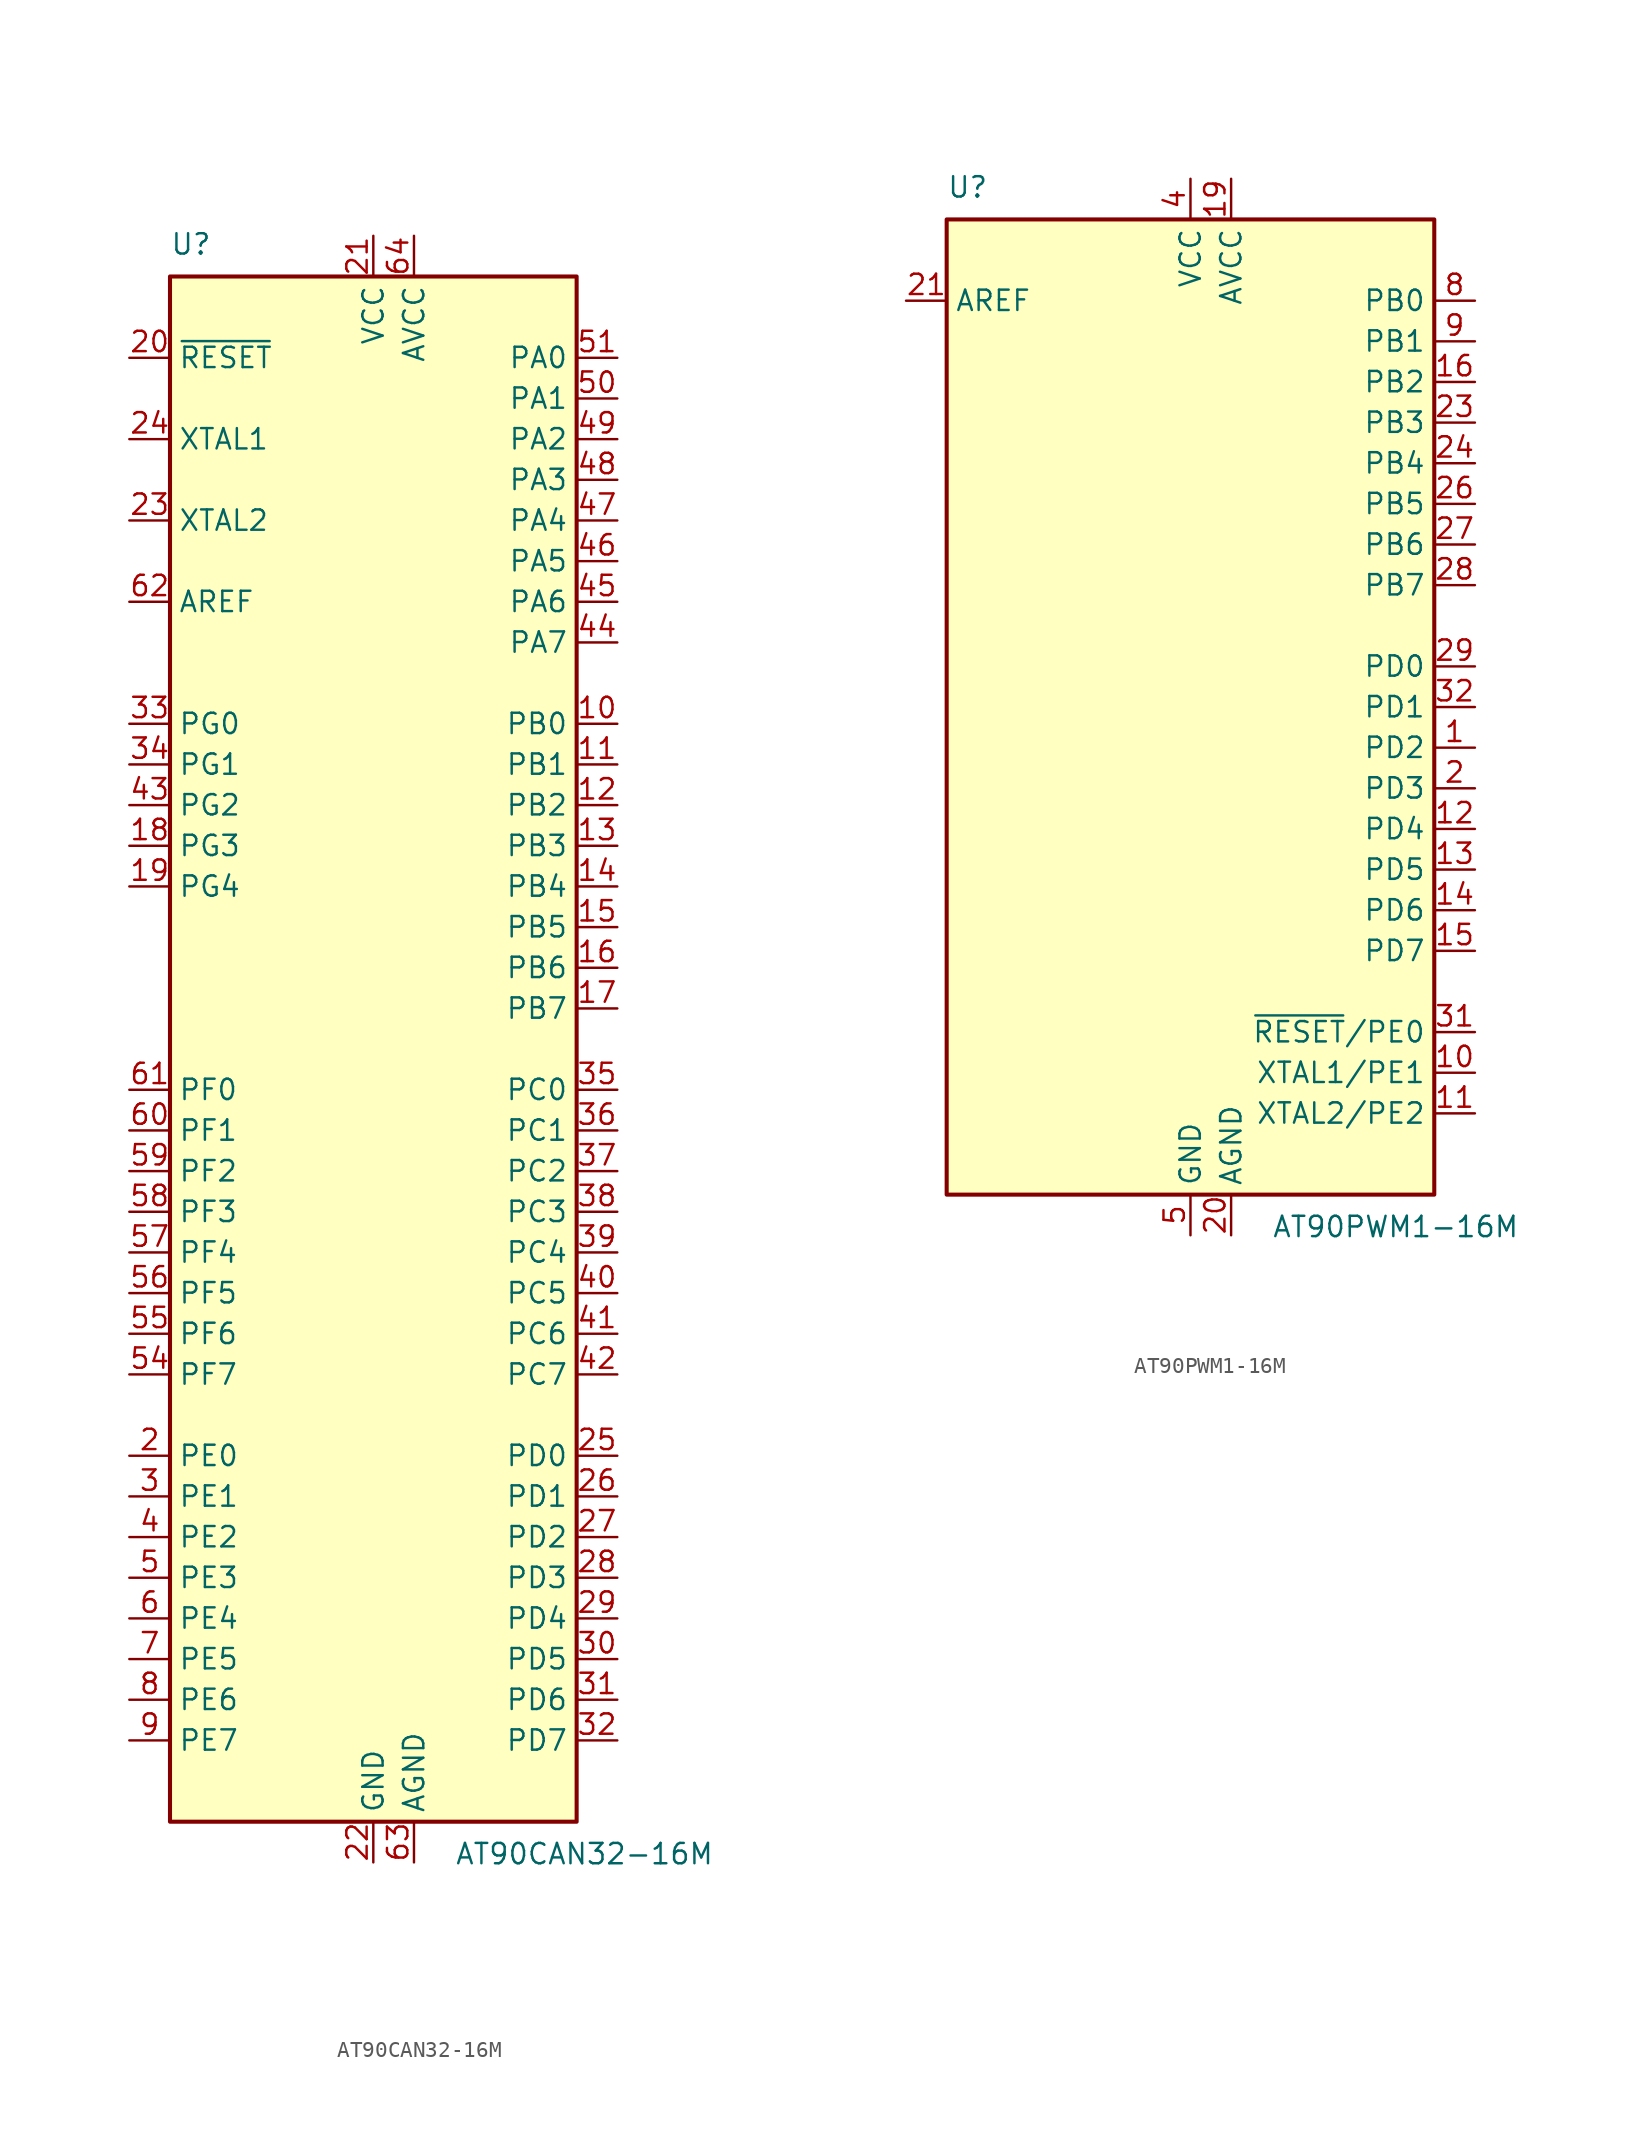
<source format=kicad_sym>
(kicad_symbol_lib
  (version 20231120)
  (generator "kicad_symbol_editor")
  (generator_version "8.0")
  (symbol "AT90CAN32-16M"
    (property "Reference" "U"
      (at -12.7 49.53 0)
      (effects (font (size 1.27 1.27)) (justify left bottom)))
    (property "Value" "AT90CAN32-16M"
      (at 5.08 -49.53 0)
      (effects (font (size 1.27 1.27)) (justify left top)))
    (symbol "AT90CAN32-16M_0_1"
      (rectangle (start -12.7 -48.26) (end 12.7 48.26) (stroke (width 0.254) (type default)) (fill (type background))))
    (symbol "AT90CAN32-16M_1_1"
      (pin no_connect line (at -12.7 -45.72 0) (length 2.54) hide (name "NC" (effects (font (size 1.27 1.27)))) (number "1" (effects (font (size 1.27 1.27)))))
      (pin bidirectional line (at 15.24 20.32 180) (length 2.54) (name "PB0" (effects (font (size 1.27 1.27)))) (number "10" (effects (font (size 1.27 1.27)))))
      (pin bidirectional line (at 15.24 17.78 180) (length 2.54) (name "PB1" (effects (font (size 1.27 1.27)))) (number "11" (effects (font (size 1.27 1.27)))))
      (pin bidirectional line (at 15.24 15.24 180) (length 2.54) (name "PB2" (effects (font (size 1.27 1.27)))) (number "12" (effects (font (size 1.27 1.27)))))
      (pin bidirectional line (at 15.24 12.7 180) (length 2.54) (name "PB3" (effects (font (size 1.27 1.27)))) (number "13" (effects (font (size 1.27 1.27)))))
      (pin bidirectional line (at 15.24 10.16 180) (length 2.54) (name "PB4" (effects (font (size 1.27 1.27)))) (number "14" (effects (font (size 1.27 1.27)))))
      (pin bidirectional line (at 15.24 7.62 180) (length 2.54) (name "PB5" (effects (font (size 1.27 1.27)))) (number "15" (effects (font (size 1.27 1.27)))))
      (pin bidirectional line (at 15.24 5.08 180) (length 2.54) (name "PB6" (effects (font (size 1.27 1.27)))) (number "16" (effects (font (size 1.27 1.27)))))
      (pin bidirectional line (at 15.24 2.54 180) (length 2.54) (name "PB7" (effects (font (size 1.27 1.27)))) (number "17" (effects (font (size 1.27 1.27)))))
      (pin bidirectional line (at -15.24 12.7 0) (length 2.54) (name "PG3" (effects (font (size 1.27 1.27)))) (number "18" (effects (font (size 1.27 1.27)))))
      (pin bidirectional line (at -15.24 10.16 0) (length 2.54) (name "PG4" (effects (font (size 1.27 1.27)))) (number "19" (effects (font (size 1.27 1.27)))))
      (pin bidirectional line (at -15.24 -25.4 0) (length 2.54) (name "PE0" (effects (font (size 1.27 1.27)))) (number "2" (effects (font (size 1.27 1.27)))))
      (pin input line (at -15.24 43.18 0) (length 2.54) (name "~{RESET}" (effects (font (size 1.27 1.27)))) (number "20" (effects (font (size 1.27 1.27)))))
      (pin power_in line (at 0 50.8 270) (length 2.54) (name "VCC" (effects (font (size 1.27 1.27)))) (number "21" (effects (font (size 1.27 1.27)))))
      (pin power_in line (at 0 -50.8 90) (length 2.54) (name "GND" (effects (font (size 1.27 1.27)))) (number "22" (effects (font (size 1.27 1.27)))))
      (pin output line (at -15.24 33.02 0) (length 2.54) (name "XTAL2" (effects (font (size 1.27 1.27)))) (number "23" (effects (font (size 1.27 1.27)))))
      (pin input line (at -15.24 38.1 0) (length 2.54) (name "XTAL1" (effects (font (size 1.27 1.27)))) (number "24" (effects (font (size 1.27 1.27)))))
      (pin bidirectional line (at 15.24 -25.4 180) (length 2.54) (name "PD0" (effects (font (size 1.27 1.27)))) (number "25" (effects (font (size 1.27 1.27)))))
      (pin bidirectional line (at 15.24 -27.94 180) (length 2.54) (name "PD1" (effects (font (size 1.27 1.27)))) (number "26" (effects (font (size 1.27 1.27)))))
      (pin bidirectional line (at 15.24 -30.48 180) (length 2.54) (name "PD2" (effects (font (size 1.27 1.27)))) (number "27" (effects (font (size 1.27 1.27)))))
      (pin bidirectional line (at 15.24 -33.02 180) (length 2.54) (name "PD3" (effects (font (size 1.27 1.27)))) (number "28" (effects (font (size 1.27 1.27)))))
      (pin bidirectional line (at 15.24 -35.56 180) (length 2.54) (name "PD4" (effects (font (size 1.27 1.27)))) (number "29" (effects (font (size 1.27 1.27)))))
      (pin bidirectional line (at -15.24 -27.94 0) (length 2.54) (name "PE1" (effects (font (size 1.27 1.27)))) (number "3" (effects (font (size 1.27 1.27)))))
      (pin bidirectional line (at 15.24 -38.1 180) (length 2.54) (name "PD5" (effects (font (size 1.27 1.27)))) (number "30" (effects (font (size 1.27 1.27)))))
      (pin bidirectional line (at 15.24 -40.64 180) (length 2.54) (name "PD6" (effects (font (size 1.27 1.27)))) (number "31" (effects (font (size 1.27 1.27)))))
      (pin bidirectional line (at 15.24 -43.18 180) (length 2.54) (name "PD7" (effects (font (size 1.27 1.27)))) (number "32" (effects (font (size 1.27 1.27)))))
      (pin bidirectional line (at -15.24 20.32 0) (length 2.54) (name "PG0" (effects (font (size 1.27 1.27)))) (number "33" (effects (font (size 1.27 1.27)))))
      (pin bidirectional line (at -15.24 17.78 0) (length 2.54) (name "PG1" (effects (font (size 1.27 1.27)))) (number "34" (effects (font (size 1.27 1.27)))))
      (pin bidirectional line (at 15.24 -2.54 180) (length 2.54) (name "PC0" (effects (font (size 1.27 1.27)))) (number "35" (effects (font (size 1.27 1.27)))))
      (pin bidirectional line (at 15.24 -5.08 180) (length 2.54) (name "PC1" (effects (font (size 1.27 1.27)))) (number "36" (effects (font (size 1.27 1.27)))))
      (pin bidirectional line (at 15.24 -7.62 180) (length 2.54) (name "PC2" (effects (font (size 1.27 1.27)))) (number "37" (effects (font (size 1.27 1.27)))))
      (pin bidirectional line (at 15.24 -10.16 180) (length 2.54) (name "PC3" (effects (font (size 1.27 1.27)))) (number "38" (effects (font (size 1.27 1.27)))))
      (pin bidirectional line (at 15.24 -12.7 180) (length 2.54) (name "PC4" (effects (font (size 1.27 1.27)))) (number "39" (effects (font (size 1.27 1.27)))))
      (pin bidirectional line (at -15.24 -30.48 0) (length 2.54) (name "PE2" (effects (font (size 1.27 1.27)))) (number "4" (effects (font (size 1.27 1.27)))))
      (pin bidirectional line (at 15.24 -15.24 180) (length 2.54) (name "PC5" (effects (font (size 1.27 1.27)))) (number "40" (effects (font (size 1.27 1.27)))))
      (pin bidirectional line (at 15.24 -17.78 180) (length 2.54) (name "PC6" (effects (font (size 1.27 1.27)))) (number "41" (effects (font (size 1.27 1.27)))))
      (pin bidirectional line (at 15.24 -20.32 180) (length 2.54) (name "PC7" (effects (font (size 1.27 1.27)))) (number "42" (effects (font (size 1.27 1.27)))))
      (pin bidirectional line (at -15.24 15.24 0) (length 2.54) (name "PG2" (effects (font (size 1.27 1.27)))) (number "43" (effects (font (size 1.27 1.27)))))
      (pin bidirectional line (at 15.24 25.4 180) (length 2.54) (name "PA7" (effects (font (size 1.27 1.27)))) (number "44" (effects (font (size 1.27 1.27)))))
      (pin bidirectional line (at 15.24 27.94 180) (length 2.54) (name "PA6" (effects (font (size 1.27 1.27)))) (number "45" (effects (font (size 1.27 1.27)))))
      (pin bidirectional line (at 15.24 30.48 180) (length 2.54) (name "PA5" (effects (font (size 1.27 1.27)))) (number "46" (effects (font (size 1.27 1.27)))))
      (pin bidirectional line (at 15.24 33.02 180) (length 2.54) (name "PA4" (effects (font (size 1.27 1.27)))) (number "47" (effects (font (size 1.27 1.27)))))
      (pin bidirectional line (at 15.24 35.56 180) (length 2.54) (name "PA3" (effects (font (size 1.27 1.27)))) (number "48" (effects (font (size 1.27 1.27)))))
      (pin bidirectional line (at 15.24 38.1 180) (length 2.54) (name "PA2" (effects (font (size 1.27 1.27)))) (number "49" (effects (font (size 1.27 1.27)))))
      (pin bidirectional line (at -15.24 -33.02 0) (length 2.54) (name "PE3" (effects (font (size 1.27 1.27)))) (number "5" (effects (font (size 1.27 1.27)))))
      (pin bidirectional line (at 15.24 40.64 180) (length 2.54) (name "PA1" (effects (font (size 1.27 1.27)))) (number "50" (effects (font (size 1.27 1.27)))))
      (pin bidirectional line (at 15.24 43.18 180) (length 2.54) (name "PA0" (effects (font (size 1.27 1.27)))) (number "51" (effects (font (size 1.27 1.27)))))
      (pin passive line (at 0 50.8 270) (length 2.54) hide (name "VCC" (effects (font (size 1.27 1.27)))) (number "52" (effects (font (size 1.27 1.27)))))
      (pin passive line (at 0 -50.8 90) (length 2.54) hide (name "GND" (effects (font (size 1.27 1.27)))) (number "53" (effects (font (size 1.27 1.27)))))
      (pin bidirectional line (at -15.24 -20.32 0) (length 2.54) (name "PF7" (effects (font (size 1.27 1.27)))) (number "54" (effects (font (size 1.27 1.27)))))
      (pin bidirectional line (at -15.24 -17.78 0) (length 2.54) (name "PF6" (effects (font (size 1.27 1.27)))) (number "55" (effects (font (size 1.27 1.27)))))
      (pin bidirectional line (at -15.24 -15.24 0) (length 2.54) (name "PF5" (effects (font (size 1.27 1.27)))) (number "56" (effects (font (size 1.27 1.27)))))
      (pin bidirectional line (at -15.24 -12.7 0) (length 2.54) (name "PF4" (effects (font (size 1.27 1.27)))) (number "57" (effects (font (size 1.27 1.27)))))
      (pin bidirectional line (at -15.24 -10.16 0) (length 2.54) (name "PF3" (effects (font (size 1.27 1.27)))) (number "58" (effects (font (size 1.27 1.27)))))
      (pin bidirectional line (at -15.24 -7.62 0) (length 2.54) (name "PF2" (effects (font (size 1.27 1.27)))) (number "59" (effects (font (size 1.27 1.27)))))
      (pin bidirectional line (at -15.24 -35.56 0) (length 2.54) (name "PE4" (effects (font (size 1.27 1.27)))) (number "6" (effects (font (size 1.27 1.27)))))
      (pin bidirectional line (at -15.24 -5.08 0) (length 2.54) (name "PF1" (effects (font (size 1.27 1.27)))) (number "60" (effects (font (size 1.27 1.27)))))
      (pin bidirectional line (at -15.24 -2.54 0) (length 2.54) (name "PF0" (effects (font (size 1.27 1.27)))) (number "61" (effects (font (size 1.27 1.27)))))
      (pin passive line (at -15.24 27.94 0) (length 2.54) (name "AREF" (effects (font (size 1.27 1.27)))) (number "62" (effects (font (size 1.27 1.27)))))
      (pin power_in line (at 2.54 -50.8 90) (length 2.54) (name "AGND" (effects (font (size 1.27 1.27)))) (number "63" (effects (font (size 1.27 1.27)))))
      (pin power_in line (at 2.54 50.8 270) (length 2.54) (name "AVCC" (effects (font (size 1.27 1.27)))) (number "64" (effects (font (size 1.27 1.27)))))
      (pin passive line (at 0 -50.8 90) (length 2.54) hide (name "GND" (effects (font (size 1.27 1.27)))) (number "65" (effects (font (size 1.27 1.27)))))
      (pin bidirectional line (at -15.24 -38.1 0) (length 2.54) (name "PE5" (effects (font (size 1.27 1.27)))) (number "7" (effects (font (size 1.27 1.27)))))
      (pin bidirectional line (at -15.24 -40.64 0) (length 2.54) (name "PE6" (effects (font (size 1.27 1.27)))) (number "8" (effects (font (size 1.27 1.27)))))
      (pin bidirectional line (at -15.24 -43.18 0) (length 2.54) (name "PE7" (effects (font (size 1.27 1.27)))) (number "9" (effects (font (size 1.27 1.27)))))))
  (symbol "AT90PWM1-16M"
    (property "Reference" "U"
      (at -15.24 31.75 0)
      (effects (font (size 1.27 1.27)) (justify left bottom)))
    (property "Value" "AT90PWM1-16M"
      (at 5.08 -31.75 0)
      (effects (font (size 1.27 1.27)) (justify left top)))
    (symbol "AT90PWM1-16M_0_1"
      (rectangle (start -15.24 -30.48) (end 15.24 30.48) (stroke (width 0.254) (type default)) (fill (type background))))
    (symbol "AT90PWM1-16M_1_1"
      (pin bidirectional line (at 17.78 -2.54 180) (length 2.54) (name "PD2" (effects (font (size 1.27 1.27)))) (number "1" (effects (font (size 1.27 1.27)))))
      (pin bidirectional line (at 17.78 -22.86 180) (length 2.54) (name "XTAL1/PE1" (effects (font (size 1.27 1.27)))) (number "10" (effects (font (size 1.27 1.27)))))
      (pin bidirectional line (at 17.78 -25.4 180) (length 2.54) (name "XTAL2/PE2" (effects (font (size 1.27 1.27)))) (number "11" (effects (font (size 1.27 1.27)))))
      (pin bidirectional line (at 17.78 -7.62 180) (length 2.54) (name "PD4" (effects (font (size 1.27 1.27)))) (number "12" (effects (font (size 1.27 1.27)))))
      (pin bidirectional line (at 17.78 -10.16 180) (length 2.54) (name "PD5" (effects (font (size 1.27 1.27)))) (number "13" (effects (font (size 1.27 1.27)))))
      (pin bidirectional line (at 17.78 -12.7 180) (length 2.54) (name "PD6" (effects (font (size 1.27 1.27)))) (number "14" (effects (font (size 1.27 1.27)))))
      (pin bidirectional line (at 17.78 -15.24 180) (length 2.54) (name "PD7" (effects (font (size 1.27 1.27)))) (number "15" (effects (font (size 1.27 1.27)))))
      (pin bidirectional line (at 17.78 20.32 180) (length 2.54) (name "PB2" (effects (font (size 1.27 1.27)))) (number "16" (effects (font (size 1.27 1.27)))))
      (pin no_connect line (at -15.24 -17.78 0) (length 2.54) hide (name "NC" (effects (font (size 1.27 1.27)))) (number "17" (effects (font (size 1.27 1.27)))))
      (pin no_connect line (at -15.24 -20.32 0) (length 2.54) hide (name "NC" (effects (font (size 1.27 1.27)))) (number "18" (effects (font (size 1.27 1.27)))))
      (pin power_in line (at 2.54 33.02 270) (length 2.54) (name "AVCC" (effects (font (size 1.27 1.27)))) (number "19" (effects (font (size 1.27 1.27)))))
      (pin bidirectional line (at 17.78 -5.08 180) (length 2.54) (name "PD3" (effects (font (size 1.27 1.27)))) (number "2" (effects (font (size 1.27 1.27)))))
      (pin power_in line (at 2.54 -33.02 90) (length 2.54) (name "AGND" (effects (font (size 1.27 1.27)))) (number "20" (effects (font (size 1.27 1.27)))))
      (pin passive line (at -17.78 25.4 0) (length 2.54) (name "AREF" (effects (font (size 1.27 1.27)))) (number "21" (effects (font (size 1.27 1.27)))))
      (pin no_connect line (at -15.24 -22.86 0) (length 2.54) hide (name "NC" (effects (font (size 1.27 1.27)))) (number "22" (effects (font (size 1.27 1.27)))))
      (pin bidirectional line (at 17.78 17.78 180) (length 2.54) (name "PB3" (effects (font (size 1.27 1.27)))) (number "23" (effects (font (size 1.27 1.27)))))
      (pin bidirectional line (at 17.78 15.24 180) (length 2.54) (name "PB4" (effects (font (size 1.27 1.27)))) (number "24" (effects (font (size 1.27 1.27)))))
      (pin no_connect line (at -15.24 -25.4 0) (length 2.54) hide (name "NC" (effects (font (size 1.27 1.27)))) (number "25" (effects (font (size 1.27 1.27)))))
      (pin bidirectional line (at 17.78 12.7 180) (length 2.54) (name "PB5" (effects (font (size 1.27 1.27)))) (number "26" (effects (font (size 1.27 1.27)))))
      (pin bidirectional line (at 17.78 10.16 180) (length 2.54) (name "PB6" (effects (font (size 1.27 1.27)))) (number "27" (effects (font (size 1.27 1.27)))))
      (pin bidirectional line (at 17.78 7.62 180) (length 2.54) (name "PB7" (effects (font (size 1.27 1.27)))) (number "28" (effects (font (size 1.27 1.27)))))
      (pin bidirectional line (at 17.78 2.54 180) (length 2.54) (name "PD0" (effects (font (size 1.27 1.27)))) (number "29" (effects (font (size 1.27 1.27)))))
      (pin no_connect line (at -15.24 -10.16 0) (length 2.54) hide (name "NC" (effects (font (size 1.27 1.27)))) (number "3" (effects (font (size 1.27 1.27)))))
      (pin no_connect line (at -15.24 -27.94 0) (length 2.54) hide (name "NC" (effects (font (size 1.27 1.27)))) (number "30" (effects (font (size 1.27 1.27)))))
      (pin bidirectional line (at 17.78 -20.32 180) (length 2.54) (name "~{RESET}/PE0" (effects (font (size 1.27 1.27)))) (number "31" (effects (font (size 1.27 1.27)))))
      (pin bidirectional line (at 17.78 0 180) (length 2.54) (name "PD1" (effects (font (size 1.27 1.27)))) (number "32" (effects (font (size 1.27 1.27)))))
      (pin passive line (at 0 -33.02 90) (length 2.54) hide (name "GND" (effects (font (size 1.27 1.27)))) (number "33" (effects (font (size 1.27 1.27)))))
      (pin power_in line (at 0 33.02 270) (length 2.54) (name "VCC" (effects (font (size 1.27 1.27)))) (number "4" (effects (font (size 1.27 1.27)))))
      (pin power_in line (at 0 -33.02 90) (length 2.54) (name "GND" (effects (font (size 1.27 1.27)))) (number "5" (effects (font (size 1.27 1.27)))))
      (pin no_connect line (at -15.24 -12.7 0) (length 2.54) hide (name "NC" (effects (font (size 1.27 1.27)))) (number "6" (effects (font (size 1.27 1.27)))))
      (pin no_connect line (at -15.24 -15.24 0) (length 2.54) hide (name "NC" (effects (font (size 1.27 1.27)))) (number "7" (effects (font (size 1.27 1.27)))))
      (pin bidirectional line (at 17.78 25.4 180) (length 2.54) (name "PB0" (effects (font (size 1.27 1.27)))) (number "8" (effects (font (size 1.27 1.27)))))
      (pin bidirectional line (at 17.78 22.86 180) (length 2.54) (name "PB1" (effects (font (size 1.27 1.27)))) (number "9" (effects (font (size 1.27 1.27))))))))
</source>
